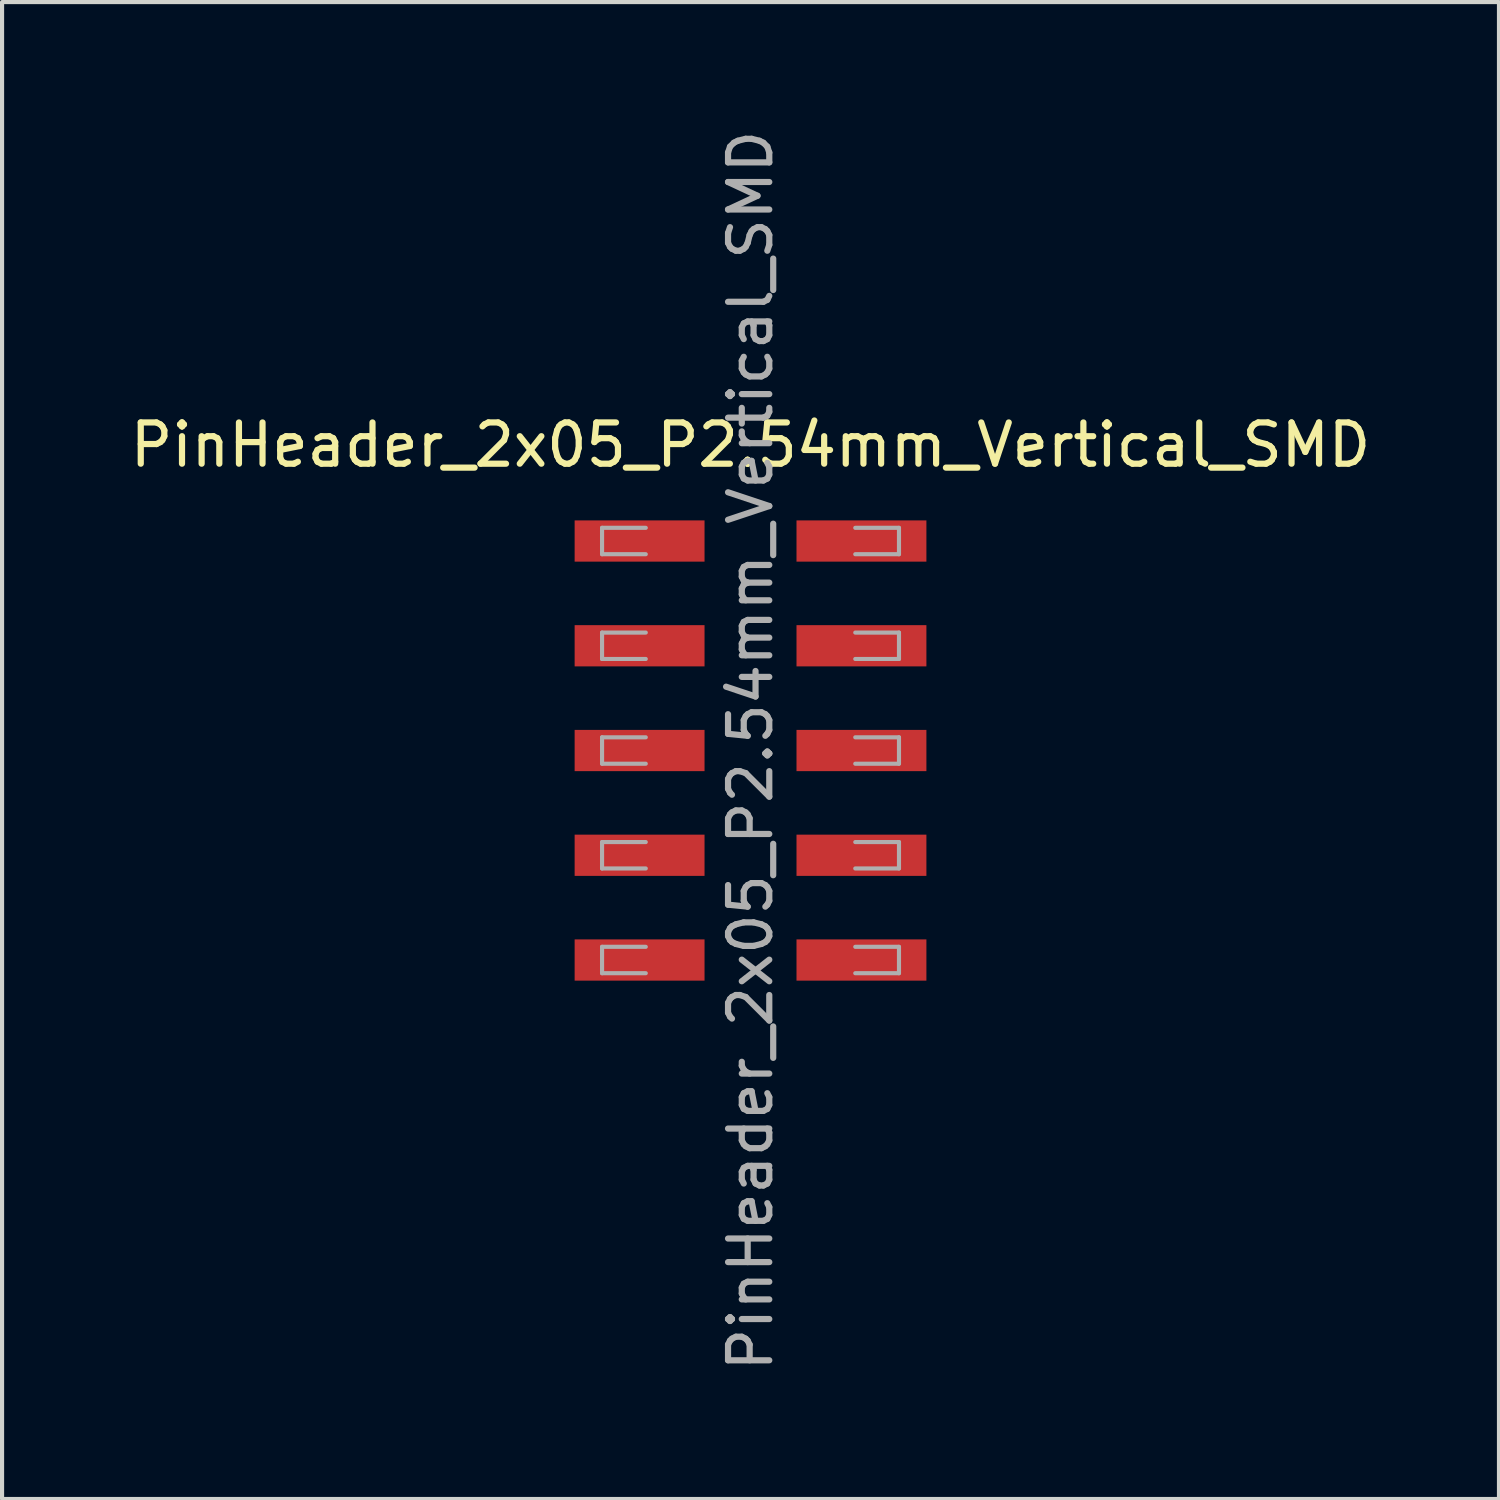
<source format=kicad_pcb>
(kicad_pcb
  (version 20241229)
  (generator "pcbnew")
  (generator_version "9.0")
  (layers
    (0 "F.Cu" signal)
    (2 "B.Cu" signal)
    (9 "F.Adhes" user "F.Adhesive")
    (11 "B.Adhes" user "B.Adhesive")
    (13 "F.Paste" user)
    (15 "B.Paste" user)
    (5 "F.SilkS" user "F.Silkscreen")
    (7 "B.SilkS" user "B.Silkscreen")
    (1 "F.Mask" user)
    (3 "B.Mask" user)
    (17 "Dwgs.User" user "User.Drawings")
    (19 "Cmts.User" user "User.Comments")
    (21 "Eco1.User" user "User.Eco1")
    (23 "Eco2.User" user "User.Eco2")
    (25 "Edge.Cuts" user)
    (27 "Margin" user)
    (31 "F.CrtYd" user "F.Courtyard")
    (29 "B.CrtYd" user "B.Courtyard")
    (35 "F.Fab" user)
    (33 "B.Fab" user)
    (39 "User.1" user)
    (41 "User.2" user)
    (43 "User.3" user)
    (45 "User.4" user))
  (footprint "PinHeader_2x05_P2.54mm_Vertical_SMD"
    (layer "F.Cu")
    (at 15.149 15.149)
    (property "Reference" "PinHeader_2x05_P2.54mm_Vertical_SMD" (at 0 -7.41 0) (layer "F.SilkS") (effects (font (size 1 1) (thickness 0.15))))
    (attr smd)
    (fp_line (start -3.6 -5.4) (end -3.6 -4.76) (stroke (width 0.1) (type solid)) (layer "F.Fab"))
    (fp_line (start -3.6 -4.76) (end -2.54 -4.76) (stroke (width 0.1) (type solid)) (layer "F.Fab"))
    (fp_line (start -3.6 -2.86) (end -3.6 -2.22) (stroke (width 0.1) (type solid)) (layer "F.Fab"))
    (fp_line (start -3.6 -2.22) (end -2.54 -2.22) (stroke (width 0.1) (type solid)) (layer "F.Fab"))
    (fp_line (start -3.6 -0.32) (end -3.6 0.32) (stroke (width 0.1) (type solid)) (layer "F.Fab"))
    (fp_line (start -3.6 0.32) (end -2.54 0.32) (stroke (width 0.1) (type solid)) (layer "F.Fab"))
    (fp_line (start -3.6 2.22) (end -3.6 2.86) (stroke (width 0.1) (type solid)) (layer "F.Fab"))
    (fp_line (start -3.6 2.86) (end -2.54 2.86) (stroke (width 0.1) (type solid)) (layer "F.Fab"))
    (fp_line (start -3.6 4.76) (end -3.6 5.4) (stroke (width 0.1) (type solid)) (layer "F.Fab"))
    (fp_line (start -3.6 5.4) (end -2.54 5.4) (stroke (width 0.1) (type solid)) (layer "F.Fab"))
    (fp_line (start -2.54 -5.4) (end -3.6 -5.4) (stroke (width 0.1) (type solid)) (layer "F.Fab"))
    (fp_line (start -2.54 -2.86) (end -3.6 -2.86) (stroke (width 0.1) (type solid)) (layer "F.Fab"))
    (fp_line (start -2.54 -0.32) (end -3.6 -0.32) (stroke (width 0.1) (type solid)) (layer "F.Fab"))
    (fp_line (start -2.54 2.22) (end -3.6 2.22) (stroke (width 0.1) (type solid)) (layer "F.Fab"))
    (fp_line (start -2.54 4.76) (end -3.6 4.76) (stroke (width 0.1) (type solid)) (layer "F.Fab"))
    (fp_line (start 2.54 -5.4) (end 3.6 -5.4) (stroke (width 0.1) (type solid)) (layer "F.Fab"))
    (fp_line (start 2.54 -2.86) (end 3.6 -2.86) (stroke (width 0.1) (type solid)) (layer "F.Fab"))
    (fp_line (start 2.54 -0.32) (end 3.6 -0.32) (stroke (width 0.1) (type solid)) (layer "F.Fab"))
    (fp_line (start 2.54 2.22) (end 3.6 2.22) (stroke (width 0.1) (type solid)) (layer "F.Fab"))
    (fp_line (start 2.54 4.76) (end 3.6 4.76) (stroke (width 0.1) (type solid)) (layer "F.Fab"))
    (fp_line (start 3.6 -5.4) (end 3.6 -4.76) (stroke (width 0.1) (type solid)) (layer "F.Fab"))
    (fp_line (start 3.6 -4.76) (end 2.54 -4.76) (stroke (width 0.1) (type solid)) (layer "F.Fab"))
    (fp_line (start 3.6 -2.86) (end 3.6 -2.22) (stroke (width 0.1) (type solid)) (layer "F.Fab"))
    (fp_line (start 3.6 -2.22) (end 2.54 -2.22) (stroke (width 0.1) (type solid)) (layer "F.Fab"))
    (fp_line (start 3.6 -0.32) (end 3.6 0.32) (stroke (width 0.1) (type solid)) (layer "F.Fab"))
    (fp_line (start 3.6 0.32) (end 2.54 0.32) (stroke (width 0.1) (type solid)) (layer "F.Fab"))
    (fp_line (start 3.6 2.22) (end 3.6 2.86) (stroke (width 0.1) (type solid)) (layer "F.Fab"))
    (fp_line (start 3.6 2.86) (end 2.54 2.86) (stroke (width 0.1) (type solid)) (layer "F.Fab"))
    (fp_line (start 3.6 4.76) (end 3.6 5.4) (stroke (width 0.1) (type solid)) (layer "F.Fab"))
    (fp_line (start 3.6 5.4) (end 2.54 5.4) (stroke (width 0.1) (type solid)) (layer "F.Fab"))
    (fp_text user "${REFERENCE}" (at 0 0 90) (layer "F.Fab") (effects (font (size 1 1) (thickness 0.15))))
    (pad "1" smd rect (at -2.69 -5.08) (size 3.15 1) (layers "F.Cu" "F.Mask" "F.Paste"))
    (pad "2" smd rect (at 2.69 -5.08) (size 3.15 1) (layers "F.Cu" "F.Mask" "F.Paste"))
    (pad "3" smd rect (at -2.69 -2.54) (size 3.15 1) (layers "F.Cu" "F.Mask" "F.Paste"))
    (pad "4" smd rect (at 2.69 -2.54) (size 3.15 1) (layers "F.Cu" "F.Mask" "F.Paste"))
    (pad "5" smd rect (at -2.69 0) (size 3.15 1) (layers "F.Cu" "F.Mask" "F.Paste"))
    (pad "6" smd rect (at 2.69 0) (size 3.15 1) (layers "F.Cu" "F.Mask" "F.Paste"))
    (pad "7" smd rect (at -2.69 2.54) (size 3.15 1) (layers "F.Cu" "F.Mask" "F.Paste"))
    (pad "8" smd rect (at 2.69 2.54) (size 3.15 1) (layers "F.Cu" "F.Mask" "F.Paste"))
    (pad "9" smd rect (at -2.69 5.08) (size 3.15 1) (layers "F.Cu" "F.Mask" "F.Paste"))
    (pad "10" smd rect (at 2.69 5.08) (size 3.15 1) (layers "F.Cu" "F.Mask" "F.Paste")))
  (gr_rect
    (start -3 -3)
    (end 33.298 33.298)
    (stroke (width 0.1) (type default))
    (fill no)
    (layer "Edge.Cuts")))
</source>
